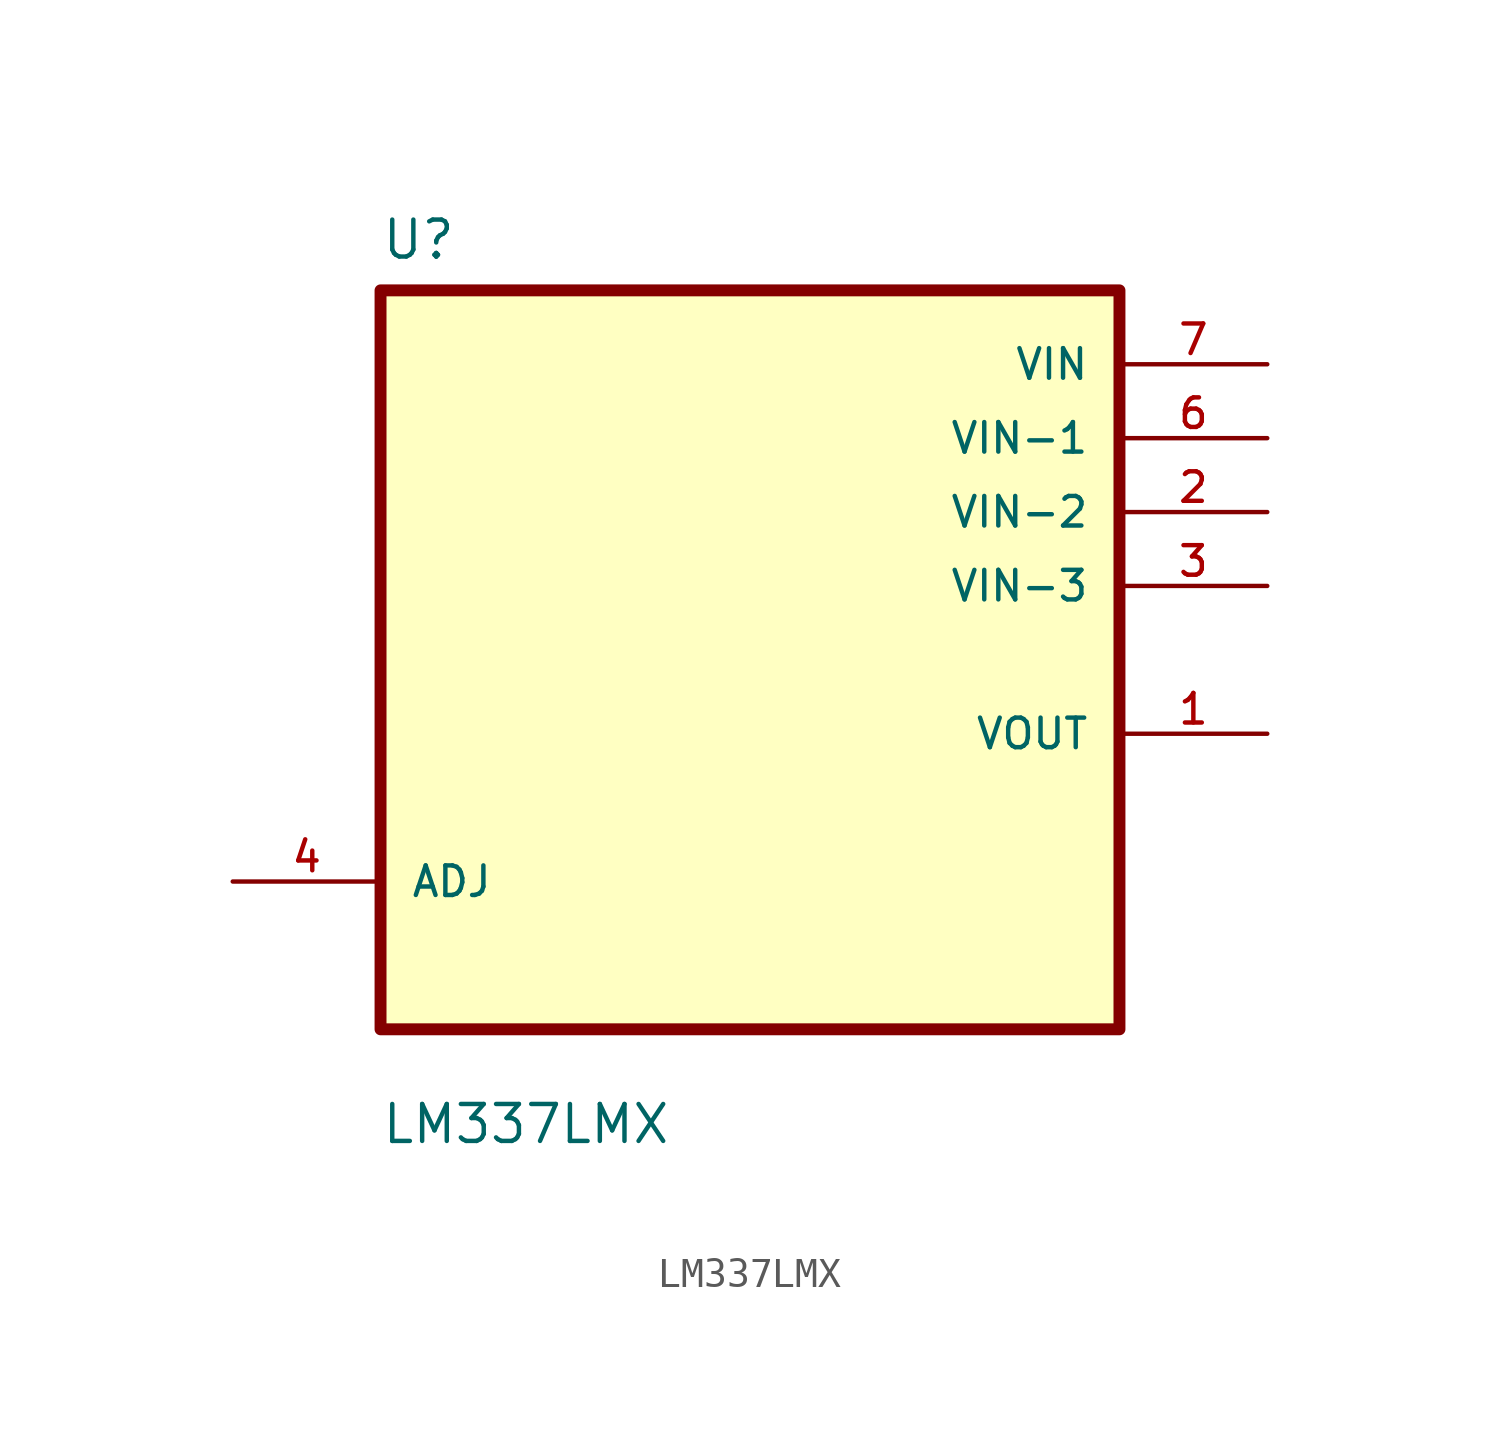
<source format=kicad_sym>
(kicad_symbol_lib
  (version 20211014)
  (generator kicad_symbol_editor)
  (symbol "LM337LMX"
    (pin_names
      (offset 1.016))
    (property "Reference" "U"
      (at -12.7 13.7 0.0)
      (effects (font (size 1.27 1.27)) (justify bottom left)))
    (property "Value" "LM337LMX"
      (at -12.7 -16.7 0.0)
      (effects (font (size 1.27 1.27)) (justify bottom left)))
    (symbol "LM337LMX_0_0"
      (rectangle (start -12.7 -12.7) (end 12.7 12.7) (stroke (width 0.41)) (fill (type background)))
      (pin bidirectional line (at -17.78 -7.62 0) (length 5.08) (name "ADJ" (effects (font (size 1.016 1.016)))) (number "4" (effects (font (size 1.016 1.016)))))
      (pin power_in line (at 17.78 10.16 180.0) (length 5.08) (name "VIN" (effects (font (size 1.016 1.016)))) (number "7" (effects (font (size 1.016 1.016)))))
      (pin power_in line (at 17.78 7.62 180.0) (length 5.08) (name "VIN-1" (effects (font (size 1.016 1.016)))) (number "6" (effects (font (size 1.016 1.016)))))
      (pin power_in line (at 17.78 5.08 180.0) (length 5.08) (name "VIN-2" (effects (font (size 1.016 1.016)))) (number "2" (effects (font (size 1.016 1.016)))))
      (pin power_in line (at 17.78 2.54 180.0) (length 5.08) (name "VIN-3" (effects (font (size 1.016 1.016)))) (number "3" (effects (font (size 1.016 1.016)))))
      (pin output line (at 17.78 -2.54 180.0) (length 5.08) (name "VOUT" (effects (font (size 1.016 1.016)))) (number "1" (effects (font (size 1.016 1.016))))))))
</source>
